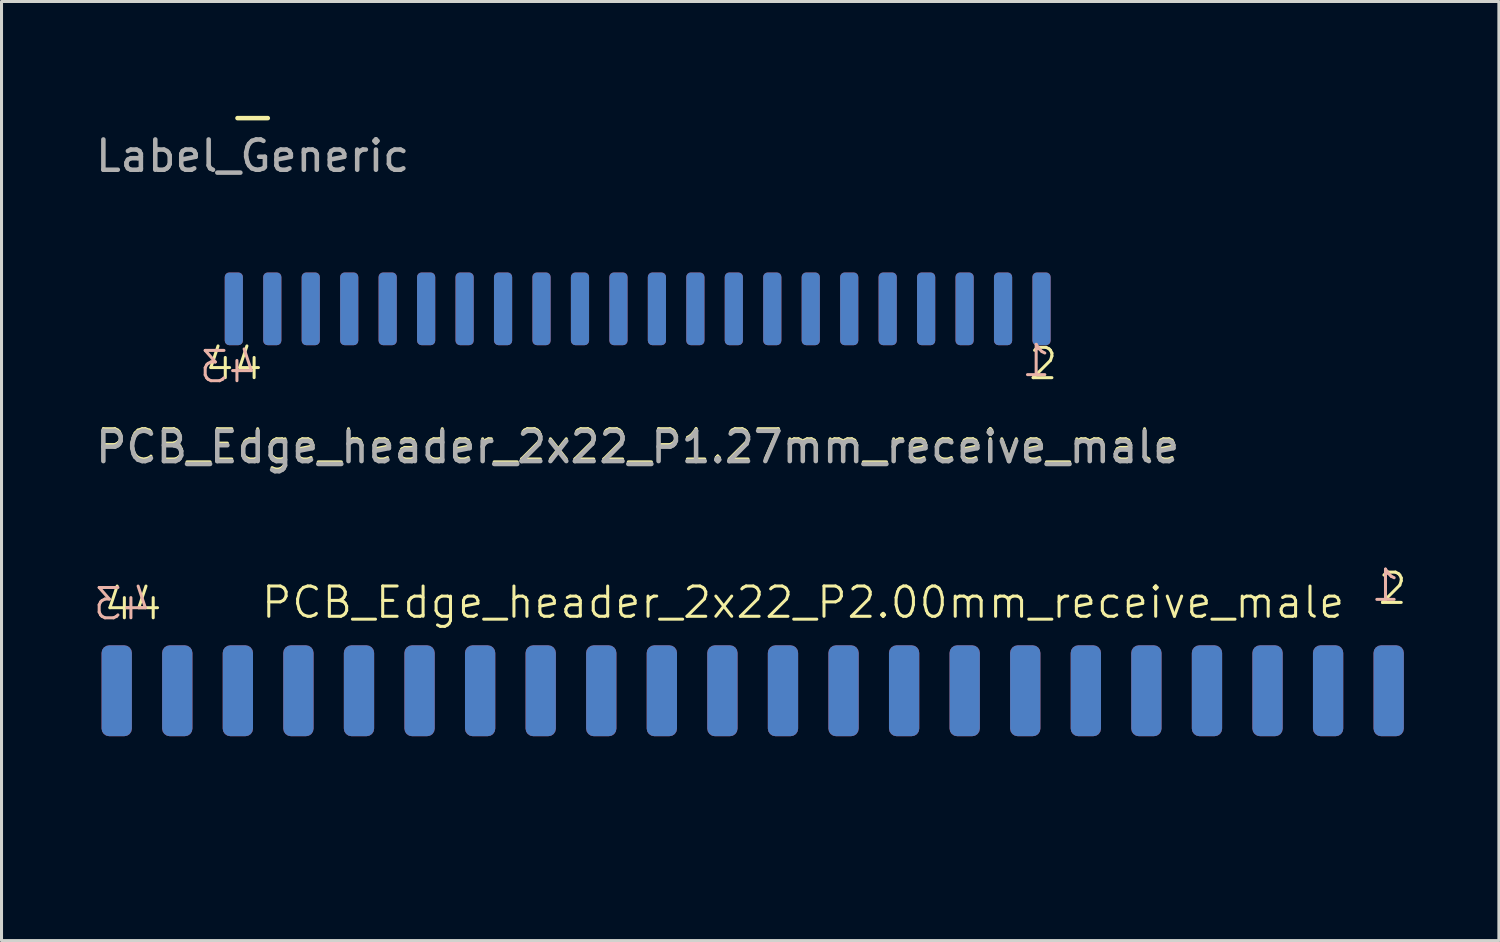
<source format=kicad_pcb>
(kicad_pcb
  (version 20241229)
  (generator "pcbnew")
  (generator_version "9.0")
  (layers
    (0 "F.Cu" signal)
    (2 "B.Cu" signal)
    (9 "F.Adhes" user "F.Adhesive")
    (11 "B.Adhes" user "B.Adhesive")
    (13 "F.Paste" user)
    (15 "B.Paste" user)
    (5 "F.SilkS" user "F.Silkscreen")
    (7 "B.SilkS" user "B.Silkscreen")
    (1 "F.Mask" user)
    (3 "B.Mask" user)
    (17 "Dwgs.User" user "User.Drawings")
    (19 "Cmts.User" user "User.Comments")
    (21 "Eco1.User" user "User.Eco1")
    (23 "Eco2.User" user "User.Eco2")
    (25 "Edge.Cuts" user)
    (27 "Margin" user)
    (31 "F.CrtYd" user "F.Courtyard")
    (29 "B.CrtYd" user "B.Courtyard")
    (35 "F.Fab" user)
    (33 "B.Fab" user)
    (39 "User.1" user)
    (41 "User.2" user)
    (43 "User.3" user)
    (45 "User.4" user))
  (footprint "PCB_Edge_header_2x22_P1.27mm_receive_male"
    (layer "F.Cu")
    (at 18.006 12.148)
    (property "Reference" "PCB_Edge_header_2x22_P1.27mm_receive_male" (at 0 -0.5 0) (unlocked yes) (layer "F.SilkS") (effects (font (size 1 1) (thickness 0.1))))
    (attr smd)
    (fp_text user "2" (at 12.85 -2.6 0) (unlocked yes) (layer "F.SilkS") (effects (font (size 1 1) (thickness 0.1)) (justify left bottom)))
    (fp_text user "44" (at -14.35 -2.6 0) (unlocked yes) (layer "F.SilkS") (effects (font (size 1 1) (thickness 0.1)) (justify left bottom)))
    (fp_text user "43" (at -12.5 -2.5 0) (unlocked yes) (layer "B.SilkS") (effects (font (size 1 1) (thickness 0.1)) (justify left bottom mirror)))
    (fp_text user "1" (at 13.7 -2.7 0) (unlocked yes) (layer "B.SilkS") (effects (font (size 1 1) (thickness 0.1)) (justify left bottom mirror)))
    (fp_text user "${REFERENCE}" (at 0 -0.428 0) (unlocked yes) (layer "F.Fab") (effects (font (size 1 1) (thickness 0.15))))
    (pad "1" smd roundrect (at 13.335 -5 270) (size 2.4 0.6) (layers "B.Cu" "B.Mask" "B.Paste") (roundrect_rratio 0.25))
    (pad "2" smd roundrect (at 13.335 -5 270) (size 2.4 0.6) (layers "F.Cu" "F.Mask" "F.Paste") (roundrect_rratio 0.25))
    (pad "3" smd roundrect (at 12.065 -5 270) (size 2.4 0.6) (layers "B.Cu" "B.Mask" "B.Paste") (roundrect_rratio 0.25))
    (pad "4" smd roundrect (at 12.065 -5 270) (size 2.4 0.6) (layers "F.Cu" "F.Mask" "F.Paste") (roundrect_rratio 0.25))
    (pad "5" smd roundrect (at 10.795 -5 270) (size 2.4 0.6) (layers "B.Cu" "B.Mask" "B.Paste") (roundrect_rratio 0.25))
    (pad "6" smd roundrect (at 10.795 -5 270) (size 2.4 0.6) (layers "F.Cu" "F.Mask" "F.Paste") (roundrect_rratio 0.25))
    (pad "7" smd roundrect (at 9.525 -5 270) (size 2.4 0.6) (layers "B.Cu" "B.Mask" "B.Paste") (roundrect_rratio 0.25))
    (pad "8" smd roundrect (at 9.525 -5 270) (size 2.4 0.6) (layers "F.Cu" "F.Mask" "F.Paste") (roundrect_rratio 0.25))
    (pad "9" smd roundrect (at 8.255 -5 270) (size 2.4 0.6) (layers "B.Cu" "B.Mask" "B.Paste") (roundrect_rratio 0.25))
    (pad "10" smd roundrect (at 8.255 -5 270) (size 2.4 0.6) (layers "F.Cu" "F.Mask" "F.Paste") (roundrect_rratio 0.25))
    (pad "11" smd roundrect (at 6.985 -5 270) (size 2.4 0.6) (layers "B.Cu" "B.Mask" "B.Paste") (roundrect_rratio 0.25))
    (pad "12" smd roundrect (at 6.985 -5 270) (size 2.4 0.6) (layers "F.Cu" "F.Mask" "F.Paste") (roundrect_rratio 0.25))
    (pad "13" smd roundrect (at 5.715 -5 270) (size 2.4 0.6) (layers "B.Cu" "B.Mask" "B.Paste") (roundrect_rratio 0.25))
    (pad "14" smd roundrect (at 5.715 -5 270) (size 2.4 0.6) (layers "F.Cu" "F.Mask" "F.Paste") (roundrect_rratio 0.25))
    (pad "15" smd roundrect (at 4.445 -5 270) (size 2.4 0.6) (layers "B.Cu" "B.Mask" "B.Paste") (roundrect_rratio 0.25))
    (pad "16" smd roundrect (at 4.445 -5 270) (size 2.4 0.6) (layers "F.Cu" "F.Mask" "F.Paste") (roundrect_rratio 0.25))
    (pad "17" smd roundrect (at 3.175 -5 270) (size 2.4 0.6) (layers "B.Cu" "B.Mask" "B.Paste") (roundrect_rratio 0.25))
    (pad "18" smd roundrect (at 3.175 -5 270) (size 2.4 0.6) (layers "F.Cu" "F.Mask" "F.Paste") (roundrect_rratio 0.25))
    (pad "19" smd roundrect (at 1.905 -5 270) (size 2.4 0.6) (layers "B.Cu" "B.Mask" "B.Paste") (roundrect_rratio 0.25))
    (pad "20" smd roundrect (at 1.905 -5 270) (size 2.4 0.6) (layers "F.Cu" "F.Mask" "F.Paste") (roundrect_rratio 0.25))
    (pad "21" smd roundrect (at 0.635 -5 270) (size 2.4 0.6) (layers "B.Cu" "B.Mask" "B.Paste") (roundrect_rratio 0.25))
    (pad "22" smd roundrect (at 0.635 -5 270) (size 2.4 0.6) (layers "F.Cu" "F.Mask" "F.Paste") (roundrect_rratio 0.25))
    (pad "23" smd roundrect (at -0.635 -5 270) (size 2.4 0.6) (layers "B.Cu" "B.Mask" "B.Paste") (roundrect_rratio 0.25))
    (pad "24" smd roundrect (at -0.635 -5 270) (size 2.4 0.6) (layers "F.Cu" "F.Mask" "F.Paste") (roundrect_rratio 0.25))
    (pad "25" smd roundrect (at -1.905 -5 270) (size 2.4 0.6) (layers "B.Cu" "B.Mask" "B.Paste") (roundrect_rratio 0.25))
    (pad "26" smd roundrect (at -1.905 -5 270) (size 2.4 0.6) (layers "F.Cu" "F.Mask" "F.Paste") (roundrect_rratio 0.25))
    (pad "27" smd roundrect (at -3.175 -5 270) (size 2.4 0.6) (layers "B.Cu" "B.Mask" "B.Paste") (roundrect_rratio 0.25))
    (pad "28" smd roundrect (at -3.175 -5 270) (size 2.4 0.6) (layers "F.Cu" "F.Mask" "F.Paste") (roundrect_rratio 0.25))
    (pad "29" smd roundrect (at -4.445 -5 270) (size 2.4 0.6) (layers "B.Cu" "B.Mask" "B.Paste") (roundrect_rratio 0.25))
    (pad "30" smd roundrect (at -4.445 -5 270) (size 2.4 0.6) (layers "F.Cu" "F.Mask" "F.Paste") (roundrect_rratio 0.25))
    (pad "31" smd roundrect (at -5.715 -5 270) (size 2.4 0.6) (layers "B.Cu" "B.Mask" "B.Paste") (roundrect_rratio 0.25))
    (pad "32" smd roundrect (at -5.715 -5 270) (size 2.4 0.6) (layers "F.Cu" "F.Mask" "F.Paste") (roundrect_rratio 0.25))
    (pad "33" smd roundrect (at -6.985 -5 270) (size 2.4 0.6) (layers "B.Cu" "B.Mask" "B.Paste") (roundrect_rratio 0.25))
    (pad "34" smd roundrect (at -6.985 -5 270) (size 2.4 0.6) (layers "F.Cu" "F.Mask" "F.Paste") (roundrect_rratio 0.25))
    (pad "35" smd roundrect (at -8.255 -5 270) (size 2.4 0.6) (layers "B.Cu" "B.Mask" "B.Paste") (roundrect_rratio 0.25))
    (pad "36" smd roundrect (at -8.255 -5 270) (size 2.4 0.6) (layers "F.Cu" "F.Mask" "F.Paste") (roundrect_rratio 0.25))
    (pad "37" smd roundrect (at -9.525 -5 270) (size 2.4 0.6) (layers "B.Cu" "B.Mask" "B.Paste") (roundrect_rratio 0.25))
    (pad "38" smd roundrect (at -9.525 -5 270) (size 2.4 0.6) (layers "F.Cu" "F.Mask" "F.Paste") (roundrect_rratio 0.25))
    (pad "39" smd roundrect (at -10.795 -5 270) (size 2.4 0.6) (layers "B.Cu" "B.Mask" "B.Paste") (roundrect_rratio 0.25))
    (pad "40" smd roundrect (at -10.795 -5 270) (size 2.4 0.6) (layers "F.Cu" "F.Mask" "F.Paste") (roundrect_rratio 0.25))
    (pad "41" smd roundrect (at -12.065 -5 270) (size 2.4 0.6) (layers "B.Cu" "B.Mask" "B.Paste") (roundrect_rratio 0.25))
    (pad "42" smd roundrect (at -12.065 -5 270) (size 2.4 0.6) (layers "F.Cu" "F.Mask" "F.Paste") (roundrect_rratio 0.25))
    (pad "43" smd roundrect (at -13.335 -5 90) (size 2.4 0.6) (layers "B.Cu" "B.Mask" "B.Paste") (roundrect_rratio 0.25))
    (pad "44" smd roundrect (at -13.335 -5 270) (size 2.4 0.6) (layers "F.Cu" "F.Mask" "F.Paste") (roundrect_rratio 0.25)))
  (footprint "Label_Generic"
    (layer "F.Cu")
    (at 5.292 0.25)
    (property "Reference" "Label_Generic" (at 0 1.85 0) (layer "F.Fab") (effects (font (size 1 1) (thickness 0.15))))
    (attr smd)
    (fp_line (start -0.5 0.6) (end 0.5 0.6) (stroke (width 0.15) (type solid)) (layer "F.SilkS")))
  (footprint "PCB_Edge_header_2x22_P2.00mm_receive_male"
    (layer "F.Cu")
    (at 21.804 24.759)
    (property "Reference" "PCB_Edge_header_2x22_P2.00mm_receive_male" (at 1.664 -7.917 0) (unlocked yes) (layer "F.SilkS") (effects (font (size 1 1) (thickness 0.1))))
    (attr smd)
    (fp_text user "44" (at -21.48 -7.282 0) (unlocked yes) (layer "F.SilkS") (effects (font (size 1 1) (thickness 0.1)) (justify left bottom)))
    (fp_text user "2" (at 20.587 -7.79 0) (unlocked yes) (layer "F.SilkS") (effects (font (size 1 1) (thickness 0.1)) (justify left bottom)))
    (fp_text user "1" (at 21.437 -7.89 0) (unlocked yes) (layer "B.SilkS") (effects (font (size 1 1) (thickness 0.1)) (justify left bottom mirror)))
    (fp_text user "43" (at -19.799 -7.282 0) (unlocked yes) (layer "B.SilkS") (effects (font (size 1 1) (thickness 0.1)) (justify left bottom mirror)))
    (pad "1" smd roundrect (at 21 -5 270) (size 3 1) (layers "B.Cu" "B.Mask" "B.Paste") (roundrect_rratio 0.25))
    (pad "2" smd roundrect (at 21 -5 270) (size 3 1) (layers "F.Cu" "F.Mask" "F.Paste") (roundrect_rratio 0.25))
    (pad "3" smd roundrect (at 19 -5 270) (size 3 1) (layers "B.Cu" "B.Mask" "B.Paste") (roundrect_rratio 0.25))
    (pad "4" smd roundrect (at 19 -5 270) (size 3 1) (layers "F.Cu" "F.Mask" "F.Paste") (roundrect_rratio 0.25))
    (pad "5" smd roundrect (at 17 -5 270) (size 3 1) (layers "B.Cu" "B.Mask" "B.Paste") (roundrect_rratio 0.25))
    (pad "6" smd roundrect (at 17 -5 270) (size 3 1) (layers "F.Cu" "F.Mask" "F.Paste") (roundrect_rratio 0.25))
    (pad "7" smd roundrect (at 15 -5 270) (size 3 1) (layers "B.Cu" "B.Mask" "B.Paste") (roundrect_rratio 0.25))
    (pad "8" smd roundrect (at 15 -5 270) (size 3 1) (layers "F.Cu" "F.Mask" "F.Paste") (roundrect_rratio 0.25))
    (pad "9" smd roundrect (at 13 -5 270) (size 3 1) (layers "B.Cu" "B.Mask" "B.Paste") (roundrect_rratio 0.25))
    (pad "10" smd roundrect (at 13 -5 270) (size 3 1) (layers "F.Cu" "F.Mask" "F.Paste") (roundrect_rratio 0.25))
    (pad "11" smd roundrect (at 11 -5 270) (size 3 1) (layers "B.Cu" "B.Mask" "B.Paste") (roundrect_rratio 0.25))
    (pad "12" smd roundrect (at 11 -5 270) (size 3 1) (layers "F.Cu" "F.Mask" "F.Paste") (roundrect_rratio 0.25))
    (pad "13" smd roundrect (at 9 -5 270) (size 3 1) (layers "B.Cu" "B.Mask" "B.Paste") (roundrect_rratio 0.25))
    (pad "14" smd roundrect (at 9 -5 270) (size 3 1) (layers "F.Cu" "F.Mask" "F.Paste") (roundrect_rratio 0.25))
    (pad "15" smd roundrect (at 7 -5 270) (size 3 1) (layers "B.Cu" "B.Mask" "B.Paste") (roundrect_rratio 0.25))
    (pad "16" smd roundrect (at 7 -5 270) (size 3 1) (layers "F.Cu" "F.Mask" "F.Paste") (roundrect_rratio 0.25))
    (pad "17" smd roundrect (at 5 -5 270) (size 3 1) (layers "B.Cu" "B.Mask" "B.Paste") (roundrect_rratio 0.25))
    (pad "18" smd roundrect (at 5 -5 270) (size 3 1) (layers "F.Cu" "F.Mask" "F.Paste") (roundrect_rratio 0.25))
    (pad "19" smd roundrect (at 3 -5 270) (size 3 1) (layers "B.Cu" "B.Mask" "B.Paste") (roundrect_rratio 0.25))
    (pad "20" smd roundrect (at 3 -5 270) (size 3 1) (layers "F.Cu" "F.Mask" "F.Paste") (roundrect_rratio 0.25))
    (pad "21" smd roundrect (at 1 -5 270) (size 3 1) (layers "B.Cu" "B.Mask" "B.Paste") (roundrect_rratio 0.25))
    (pad "22" smd roundrect (at 1 -5 270) (size 3 1) (layers "F.Cu" "F.Mask" "F.Paste") (roundrect_rratio 0.25))
    (pad "23" smd roundrect (at -1 -5 270) (size 3 1) (layers "B.Cu" "B.Mask" "B.Paste") (roundrect_rratio 0.25))
    (pad "24" smd roundrect (at -1 -5 270) (size 3 1) (layers "F.Cu" "F.Mask" "F.Paste") (roundrect_rratio 0.25))
    (pad "25" smd roundrect (at -3 -5 270) (size 3 1) (layers "B.Cu" "B.Mask" "B.Paste") (roundrect_rratio 0.25))
    (pad "26" smd roundrect (at -3 -5 270) (size 3 1) (layers "F.Cu" "F.Mask" "F.Paste") (roundrect_rratio 0.25))
    (pad "27" smd roundrect (at -5 -5 270) (size 3 1) (layers "B.Cu" "B.Mask" "B.Paste") (roundrect_rratio 0.25))
    (pad "28" smd roundrect (at -5 -5 270) (size 3 1) (layers "F.Cu" "F.Mask" "F.Paste") (roundrect_rratio 0.25))
    (pad "29" smd roundrect (at -7 -5 270) (size 3 1) (layers "B.Cu" "B.Mask" "B.Paste") (roundrect_rratio 0.25))
    (pad "30" smd roundrect (at -7 -5 270) (size 3 1) (layers "F.Cu" "F.Mask" "F.Paste") (roundrect_rratio 0.25))
    (pad "31" smd roundrect (at -9 -5 270) (size 3 1) (layers "B.Cu" "B.Mask" "B.Paste") (roundrect_rratio 0.25))
    (pad "32" smd roundrect (at -9 -5 270) (size 3 1) (layers "F.Cu" "F.Mask" "F.Paste") (roundrect_rratio 0.25))
    (pad "33" smd roundrect (at -11 -5 270) (size 3 1) (layers "B.Cu" "B.Mask" "B.Paste") (roundrect_rratio 0.25))
    (pad "34" smd roundrect (at -11 -5 270) (size 3 1) (layers "F.Cu" "F.Mask" "F.Paste") (roundrect_rratio 0.25))
    (pad "35" smd roundrect (at -13 -5 270) (size 3 1) (layers "B.Cu" "B.Mask" "B.Paste") (roundrect_rratio 0.25))
    (pad "36" smd roundrect (at -13 -5 270) (size 3 1) (layers "F.Cu" "F.Mask" "F.Paste") (roundrect_rratio 0.25))
    (pad "37" smd roundrect (at -15 -5 270) (size 3 1) (layers "B.Cu" "B.Mask" "B.Paste") (roundrect_rratio 0.25))
    (pad "38" smd roundrect (at -15 -5 270) (size 3 1) (layers "F.Cu" "F.Mask" "F.Paste") (roundrect_rratio 0.25))
    (pad "39" smd roundrect (at -17 -5 270) (size 3 1) (layers "B.Cu" "B.Mask" "B.Paste") (roundrect_rratio 0.25))
    (pad "40" smd roundrect (at -17 -5 270) (size 3 1) (layers "F.Cu" "F.Mask" "F.Paste") (roundrect_rratio 0.25))
    (pad "41" smd roundrect (at -19 -5 270) (size 3 1) (layers "B.Cu" "B.Mask" "B.Paste") (roundrect_rratio 0.25))
    (pad "42" smd roundrect (at -19 -5 270) (size 3 1) (layers "F.Cu" "F.Mask" "F.Paste") (roundrect_rratio 0.25))
    (pad "43" smd roundrect (at -21 -5 90) (size 3 1) (layers "B.Cu" "B.Mask" "B.Paste") (roundrect_rratio 0.25))
    (pad "44" smd roundrect (at -21 -5 270) (size 3 1) (layers "F.Cu" "F.Mask" "F.Paste") (roundrect_rratio 0.25)))
  (gr_rect
    (start -3 -3)
    (end 46.443 28.009)
    (stroke (width 0.1) (type default))
    (fill no)
    (layer "Edge.Cuts")))
</source>
